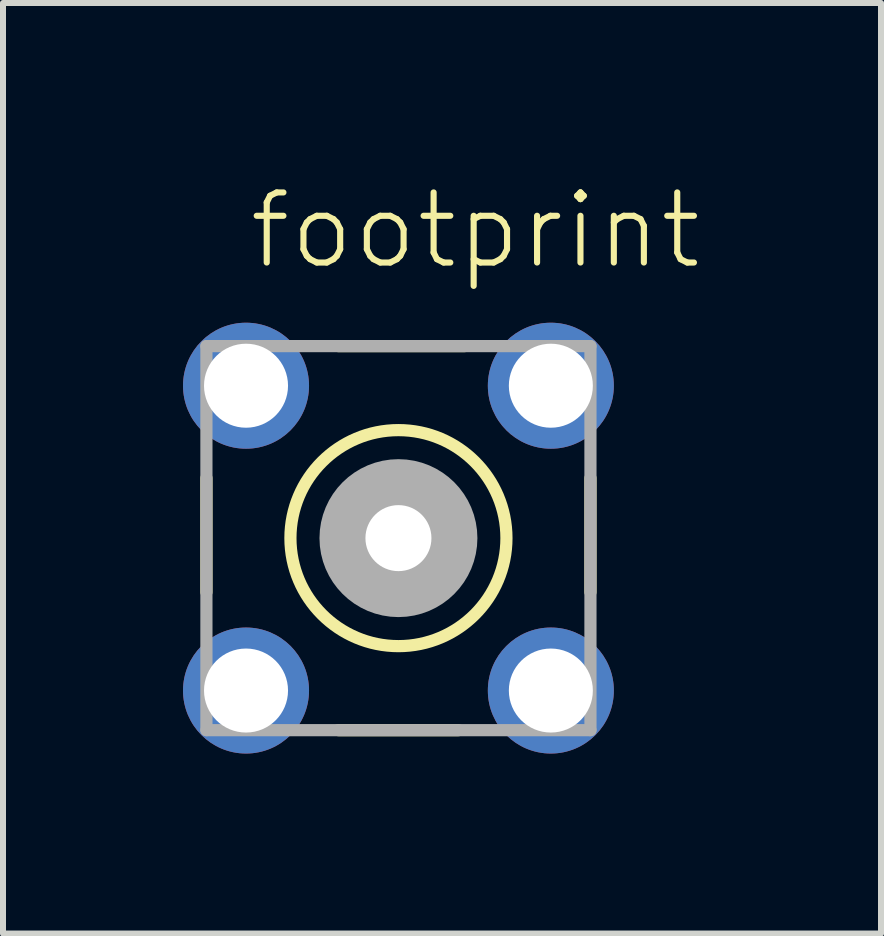
<source format=kicad_pcb>
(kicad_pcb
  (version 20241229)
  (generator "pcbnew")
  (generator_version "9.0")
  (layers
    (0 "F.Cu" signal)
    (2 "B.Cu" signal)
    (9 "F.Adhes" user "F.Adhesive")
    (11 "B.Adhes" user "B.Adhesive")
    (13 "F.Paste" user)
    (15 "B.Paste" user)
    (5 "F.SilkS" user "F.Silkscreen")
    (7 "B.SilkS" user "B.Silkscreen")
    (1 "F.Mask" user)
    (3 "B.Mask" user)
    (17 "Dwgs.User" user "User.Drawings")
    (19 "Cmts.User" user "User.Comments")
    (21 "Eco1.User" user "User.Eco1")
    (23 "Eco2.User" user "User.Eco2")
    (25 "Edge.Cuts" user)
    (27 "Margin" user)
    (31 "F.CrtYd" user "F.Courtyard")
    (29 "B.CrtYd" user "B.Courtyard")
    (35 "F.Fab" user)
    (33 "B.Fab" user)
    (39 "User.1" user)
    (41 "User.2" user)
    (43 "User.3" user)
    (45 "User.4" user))
  (footprint "footprint"
    (layer "F.Cu")
    (at 3.59 5.918)
    (property "Reference" "footprint" (at -2.54 -4.445 0) (layer "F.SilkS") (effects (font (size 1.168 1.168) (thickness 0.102)) (justify left bottom)))
    (fp_line (start -3.2 0.9) (end -3.2 -1) (stroke (width 0.203) (type solid)) (layer "F.SilkS"))
    (fp_line (start -1 -3.2) (end 1.1 -3.2) (stroke (width 0.203) (type solid)) (layer "F.SilkS"))
    (fp_line (start 1 3.2) (end -1 3.2) (stroke (width 0.203) (type solid)) (layer "F.SilkS"))
    (fp_line (start 3.2 -1) (end 3.2 0.9) (stroke (width 0.203) (type solid)) (layer "F.SilkS"))
    (fp_circle (center 0 0) (end 1.8 0) (stroke (width 0.203) (type solid)) (fill no) (layer "F.SilkS"))
    (fp_line (start -3.2 3.2) (end 3.2 3.2) (stroke (width 0.203) (type solid)) (layer "F.Fab"))
    (fp_line (start -3.2 -3.2) (end -3.2 3.2) (stroke (width 0.203) (type solid)) (layer "F.Fab"))
    (fp_line (start 3.2 3.2) (end 3.2 -3.2) (stroke (width 0.203) (type solid)) (layer "F.Fab"))
    (fp_line (start 3.2 -3.2) (end -3.2 -3.2) (stroke (width 0.203) (type solid)) (layer "F.Fab"))
    (fp_circle (center 0 0) (end 0.3 0) (stroke (width 1.016) (type solid)) (fill no) (layer "F.Fab"))
    (pad "1" thru_hole circle (at 0 0) (size 1.65 1.65) (drill 1.1) (layers "*.Cu" "*.Mask"))
    (pad "2" thru_hole circle (at -2.54 -2.54) (size 2.1 2.1) (drill 1.4) (layers "*.Cu" "*.Mask"))
    (pad "3" thru_hole circle (at 2.54 -2.54) (size 2.1 2.1) (drill 1.4) (layers "*.Cu" "*.Mask"))
    (pad "4" thru_hole circle (at 2.54 2.54) (size 2.1 2.1) (drill 1.4) (layers "*.Cu" "*.Mask"))
    (pad "5" thru_hole circle (at -2.54 2.54) (size 2.1 2.1) (drill 1.4) (layers "*.Cu" "*.Mask")))
  (gr_rect
    (start -3 -3)
    (end 11.632 12.508)
    (stroke (width 0.1) (type default))
    (fill no)
    (layer "Edge.Cuts")))
</source>
